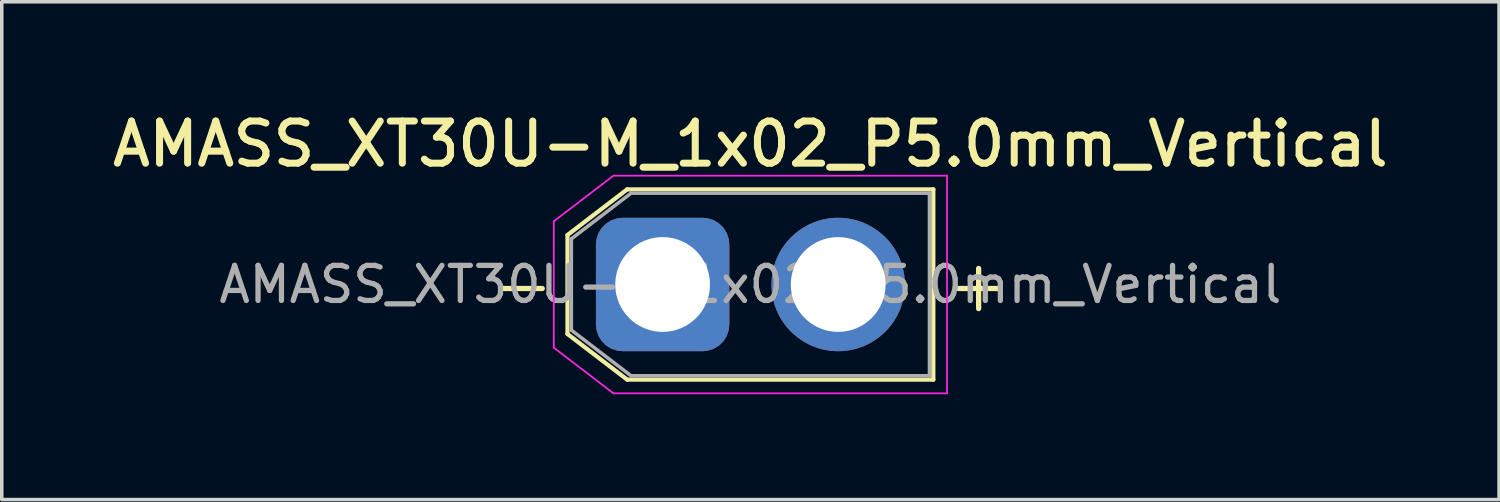
<source format=kicad_pcb>
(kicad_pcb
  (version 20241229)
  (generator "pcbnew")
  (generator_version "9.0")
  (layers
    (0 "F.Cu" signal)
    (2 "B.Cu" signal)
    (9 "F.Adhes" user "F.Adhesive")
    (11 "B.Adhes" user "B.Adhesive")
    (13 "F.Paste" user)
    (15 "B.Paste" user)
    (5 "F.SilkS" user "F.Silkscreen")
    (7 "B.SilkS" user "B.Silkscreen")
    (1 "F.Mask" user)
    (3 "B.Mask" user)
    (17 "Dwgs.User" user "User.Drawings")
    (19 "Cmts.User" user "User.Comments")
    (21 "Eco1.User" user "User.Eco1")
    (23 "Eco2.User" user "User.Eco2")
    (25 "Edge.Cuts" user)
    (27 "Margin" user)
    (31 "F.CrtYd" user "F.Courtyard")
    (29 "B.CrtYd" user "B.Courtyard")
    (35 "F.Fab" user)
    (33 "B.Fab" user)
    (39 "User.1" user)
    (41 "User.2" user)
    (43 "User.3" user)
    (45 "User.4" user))
  (footprint "AMASS_XT30U-M_1x02_P5.0mm_Vertical"
    (layer "F.Cu")
    (at 15.823 5.053)
    (property "Reference" "AMASS_XT30U-M_1x02_P5.0mm_Vertical" (at 2.5 -4 0) (layer "F.SilkS") (effects (font (size 1.2 1.2) (thickness 0.2) (bold yes))))
    (attr through_hole)
    (fp_line (start -2.71 -1.41) (end -2.71 1.41) (stroke (width 0.12) (type solid)) (layer "F.SilkS"))
    (fp_line (start -2.71 -1.41) (end -1.01 -2.71) (stroke (width 0.12) (type solid)) (layer "F.SilkS"))
    (fp_line (start -2.71 1.41) (end -1.01 2.71) (stroke (width 0.12) (type solid)) (layer "F.SilkS"))
    (fp_line (start -1.01 -2.71) (end 7.71 -2.71) (stroke (width 0.12) (type solid)) (layer "F.SilkS"))
    (fp_line (start -1.01 2.71) (end 7.71 2.71) (stroke (width 0.12) (type solid)) (layer "F.SilkS"))
    (fp_line (start 7.71 -2.71) (end 7.71 2.71) (stroke (width 0.12) (type solid)) (layer "F.SilkS"))
    (fp_line (start -3.1 -1.8) (end -3.1 1.8) (stroke (width 0.05) (type solid)) (layer "F.CrtYd"))
    (fp_line (start -3.1 -1.8) (end -1.4 -3.1) (stroke (width 0.05) (type solid)) (layer "F.CrtYd"))
    (fp_line (start -3.1 1.8) (end -1.4 3.1) (stroke (width 0.05) (type solid)) (layer "F.CrtYd"))
    (fp_line (start -1.4 -3.1) (end 8.1 -3.1) (stroke (width 0.05) (type solid)) (layer "F.CrtYd"))
    (fp_line (start -1.4 3.1) (end 8.1 3.1) (stroke (width 0.05) (type solid)) (layer "F.CrtYd"))
    (fp_line (start 8.1 -3.1) (end 8.1 3.1) (stroke (width 0.05) (type solid)) (layer "F.CrtYd"))
    (fp_line (start -2.6 -1.3) (end -2.6 1.3) (stroke (width 0.1) (type solid)) (layer "F.Fab"))
    (fp_line (start -2.6 -1.3) (end -0.9 -2.6) (stroke (width 0.1) (type solid)) (layer "F.Fab"))
    (fp_line (start -2.6 1.3) (end -0.9 2.6) (stroke (width 0.1) (type solid)) (layer "F.Fab"))
    (fp_line (start -0.9 -2.6) (end 7.6 -2.6) (stroke (width 0.1) (type solid)) (layer "F.Fab"))
    (fp_line (start -0.9 2.6) (end 7.6 2.6) (stroke (width 0.1) (type solid)) (layer "F.Fab"))
    (fp_line (start 7.6 -2.6) (end 7.6 2.6) (stroke (width 0.1) (type solid)) (layer "F.Fab"))
    (fp_text user "+" (at 9 0 0) (layer "F.SilkS") (effects (font (size 1.5 1.5) (thickness 0.15))))
    (fp_text user "-" (at -4 0 0) (layer "F.SilkS") (effects (font (size 1.5 1.5) (thickness 0.15))))
    (fp_text user "${REFERENCE}" (at 2.5 0 0) (layer "F.Fab") (effects (font (size 1 1) (thickness 0.15))))
    (pad "1" thru_hole roundrect (at 0 0) (size 3.8 3.8) (drill 2.7) (layers "*.Cu" "*.Mask") (roundrect_rratio 0.2))
    (pad "2" thru_hole circle (at 5 0) (size 3.8 3.8) (drill 2.7) (layers "*.Cu" "*.Mask")))
  (gr_rect
    (start -3 -3)
    (end 39.646 11.178)
    (stroke (width 0.1) (type default))
    (fill no)
    (layer "Edge.Cuts")))
</source>
